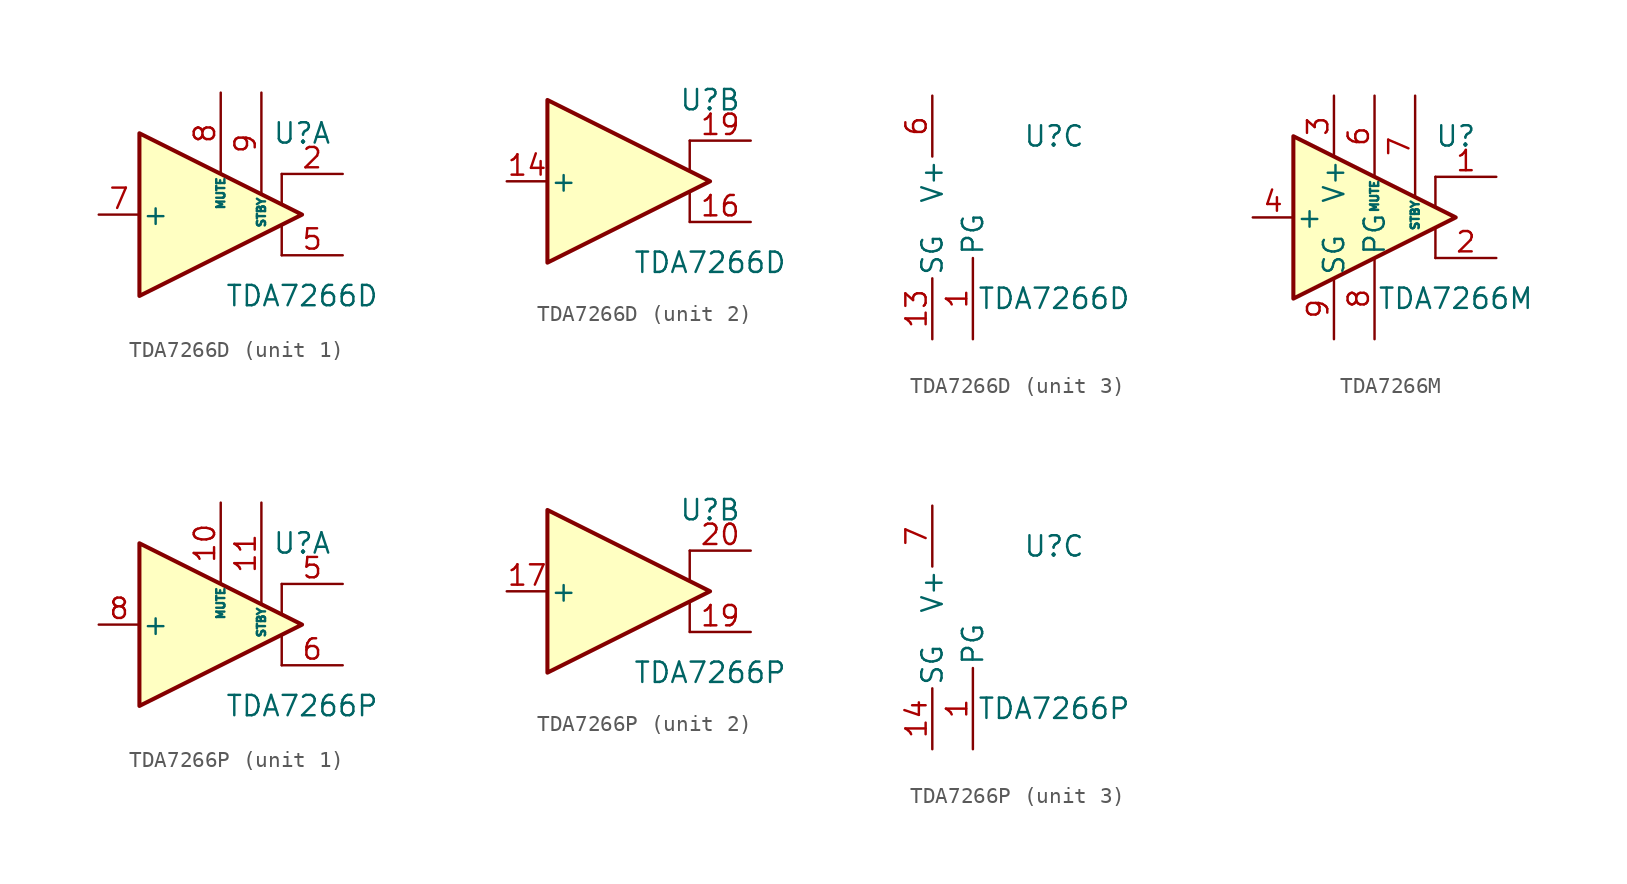
<source format=kicad_sym>
(kicad_symbol_lib
  (version 20200908)
  (generator kicad_symbol_editor)
  (symbol "Amplifier_Audio:TDA7266D"
    (pin_names
      (offset 0.127))
    (property "Reference" "U"
      (at 5.08 5.08 0)
      (effects (font (size 1.27 1.27))))
    (property "Value" "TDA7266D"
      (at 5.08 -5.08 0)
      (effects (font (size 1.27 1.27))))
    (property "ki_locked" ""
      (at 0 0 0)
      (effects (font (size 1.27 1.27))))
    (symbol "TDA7266D_1_1"
      (polyline (pts (xy 3.81 -0.635) (xy 3.81 -2.54)) (stroke (width 0)) (fill (type none)))
      (polyline (pts (xy 3.81 2.54) (xy 3.81 0.635)) (stroke (width 0)) (fill (type none)))
      (polyline (pts (xy 5.08 0) (xy -5.08 5.08) (xy -5.08 -5.08) (xy 5.08 0)) (stroke (width 0.254)) (fill (type background)))
      (pin unconnected line (at 2.54 2.54 270) (length 2.54) hide (name "NC" (effects (font (size 1.27 1.27)))) (number "12" (effects (font (size 1.27 1.27)))))
      (pin unconnected line (at -2.54 -2.54 90) (length 2.54) hide (name "NC" (effects (font (size 1.27 1.27)))) (number "17" (effects (font (size 1.27 1.27)))))
      (pin unconnected line (at 0 -2.54 90) (length 2.54) hide (name "NC" (effects (font (size 1.27 1.27)))) (number "18" (effects (font (size 1.27 1.27)))))
      (pin output line (at 7.62 2.54 180) (length 3.81) (name "~" (effects (font (size 1.27 1.27)))) (number "2" (effects (font (size 1.27 1.27)))))
      (pin unconnected line (at -2.54 2.54 270) (length 2.54) hide (name "NC" (effects (font (size 1.27 1.27)))) (number "3" (effects (font (size 1.27 1.27)))))
      (pin unconnected line (at 0 2.54 270) (length 2.54) hide (name "NC" (effects (font (size 1.27 1.27)))) (number "4" (effects (font (size 1.27 1.27)))))
      (pin output line (at 7.62 -2.54 180) (length 3.81) (name "~" (effects (font (size 1.27 1.27)))) (number "5" (effects (font (size 1.27 1.27)))))
      (pin input line (at -7.62 0 0) (length 2.54) (name "+" (effects (font (size 1.27 1.27)))) (number "7" (effects (font (size 1.27 1.27)))))
      (pin input line (at 0 7.62 270) (length 5.08) (name "MUTE" (effects (font (size 0.508 0.508)))) (number "8" (effects (font (size 1.27 1.27)))))
      (pin input line (at 2.54 7.62 270) (length 6.35) (name "STBY" (effects (font (size 0.508 0.508)))) (number "9" (effects (font (size 1.27 1.27))))))
    (symbol "TDA7266D_2_1"
      (polyline (pts (xy 3.81 -0.635) (xy 3.81 -2.54)) (stroke (width 0)) (fill (type none)))
      (polyline (pts (xy 3.81 2.54) (xy 3.81 0.635)) (stroke (width 0)) (fill (type none)))
      (polyline (pts (xy 5.08 0) (xy -5.08 5.08) (xy -5.08 -5.08) (xy 5.08 0)) (stroke (width 0.254)) (fill (type background)))
      (pin input line (at -7.62 0 0) (length 2.54) (name "+" (effects (font (size 1.27 1.27)))) (number "14" (effects (font (size 1.27 1.27)))))
      (pin output line (at 7.62 -2.54 180) (length 3.81) (name "~" (effects (font (size 1.27 1.27)))) (number "16" (effects (font (size 1.27 1.27)))))
      (pin output line (at 7.62 2.54 180) (length 3.81) (name "~" (effects (font (size 1.27 1.27)))) (number "19" (effects (font (size 1.27 1.27))))))
    (symbol "TDA7266D_3_1"
      (pin power_in line (at 0 -7.62 90) (length 5.08) (name "PG" (effects (font (size 1.27 1.27)))) (number "1" (effects (font (size 1.27 1.27)))))
      (pin passive line (at 0 -7.62 90) (length 5.08) hide (name "PG" (effects (font (size 1.27 1.27)))) (number "10" (effects (font (size 1.27 1.27)))))
      (pin passive line (at 0 -7.62 90) (length 5.08) hide (name "PG" (effects (font (size 1.27 1.27)))) (number "11" (effects (font (size 1.27 1.27)))))
      (pin power_in line (at -2.54 -7.62 90) (length 3.81) (name "SG" (effects (font (size 1.27 1.27)))) (number "13" (effects (font (size 1.27 1.27)))))
      (pin passive line (at -2.54 7.62 270) (length 3.81) hide (name "V+" (effects (font (size 1.27 1.27)))) (number "15" (effects (font (size 1.27 1.27)))))
      (pin passive line (at 0 -7.62 90) (length 5.08) hide (name "PG" (effects (font (size 1.27 1.27)))) (number "20" (effects (font (size 1.27 1.27)))))
      (pin power_in line (at -2.54 7.62 270) (length 3.81) (name "V+" (effects (font (size 1.27 1.27)))) (number "6" (effects (font (size 1.27 1.27)))))))
  (symbol "Amplifier_Audio:TDA7266M"
    (pin_names
      (offset 0.127))
    (property "Reference" "U"
      (at 5.08 5.08 0)
      (effects (font (size 1.27 1.27))))
    (property "Value" "TDA7266M"
      (at 5.08 -5.08 0)
      (effects (font (size 1.27 1.27))))
    (symbol "TDA7266M_0_1"
      (polyline (pts (xy 3.81 -0.635) (xy 3.81 -2.54)) (stroke (width 0)) (fill (type none)))
      (polyline (pts (xy 3.81 2.54) (xy 3.81 0.635)) (stroke (width 0)) (fill (type none)))
      (polyline (pts (xy 5.08 0) (xy -5.08 5.08) (xy -5.08 -5.08) (xy 5.08 0)) (stroke (width 0.254)) (fill (type background))))
    (symbol "TDA7266M_1_1"
      (pin output line (at 7.62 2.54 180) (length 3.81) (name "~" (effects (font (size 1.27 1.27)))) (number "1" (effects (font (size 1.27 1.27)))))
      (pin unconnected line (at 0 2.54 270) (length 2.54) hide (name "NC" (effects (font (size 1.27 1.27)))) (number "10" (effects (font (size 1.27 1.27)))))
      (pin unconnected line (at 2.54 2.54 270) (length 2.54) hide (name "NC" (effects (font (size 1.27 1.27)))) (number "11" (effects (font (size 1.27 1.27)))))
      (pin unconnected line (at -2.54 -2.54 90) (length 2.54) hide (name "NC" (effects (font (size 1.27 1.27)))) (number "12" (effects (font (size 1.27 1.27)))))
      (pin passive line (at -2.54 7.62 270) (length 3.81) hide (name "V+" (effects (font (size 1.27 1.27)))) (number "13" (effects (font (size 1.27 1.27)))))
      (pin unconnected line (at 0 -2.54 90) (length 2.54) hide (name "NC" (effects (font (size 1.27 1.27)))) (number "14" (effects (font (size 1.27 1.27)))))
      (pin unconnected line (at 2.54 -2.54 90) (length 2.54) hide (name "NC" (effects (font (size 1.27 1.27)))) (number "15" (effects (font (size 1.27 1.27)))))
      (pin output line (at 7.62 -2.54 180) (length 3.81) (name "~" (effects (font (size 1.27 1.27)))) (number "2" (effects (font (size 1.27 1.27)))))
      (pin power_in line (at -2.54 7.62 270) (length 3.81) (name "V+" (effects (font (size 1.27 1.27)))) (number "3" (effects (font (size 1.27 1.27)))))
      (pin input line (at -7.62 0 0) (length 2.54) (name "+" (effects (font (size 1.27 1.27)))) (number "4" (effects (font (size 1.27 1.27)))))
      (pin unconnected line (at -2.54 2.54 270) (length 2.54) hide (name "NC" (effects (font (size 1.27 1.27)))) (number "5" (effects (font (size 1.27 1.27)))))
      (pin input line (at 0 7.62 270) (length 5.08) (name "MUTE" (effects (font (size 0.508 0.508)))) (number "6" (effects (font (size 1.27 1.27)))))
      (pin input line (at 2.54 7.62 270) (length 6.35) (name "STBY" (effects (font (size 0.508 0.508)))) (number "7" (effects (font (size 1.27 1.27)))))
      (pin power_in line (at 0 -7.62 90) (length 5.08) (name "PG" (effects (font (size 1.27 1.27)))) (number "8" (effects (font (size 1.27 1.27)))))
      (pin power_in line (at -2.54 -7.62 90) (length 3.81) (name "SG" (effects (font (size 1.27 1.27)))) (number "9" (effects (font (size 1.27 1.27)))))))
  (symbol "Amplifier_Audio:TDA7266P"
    (pin_names
      (offset 0.127))
    (property "Reference" "U"
      (at 5.08 5.08 0)
      (effects (font (size 1.27 1.27))))
    (property "Value" "TDA7266P"
      (at 5.08 -5.08 0)
      (effects (font (size 1.27 1.27))))
    (property "ki_locked" ""
      (at 0 0 0)
      (effects (font (size 1.27 1.27))))
    (symbol "TDA7266P_1_1"
      (polyline (pts (xy 3.81 -0.635) (xy 3.81 -2.54)) (stroke (width 0)) (fill (type none)))
      (polyline (pts (xy 3.81 2.54) (xy 3.81 0.635)) (stroke (width 0)) (fill (type none)))
      (polyline (pts (xy 5.08 0) (xy -5.08 5.08) (xy -5.08 -5.08) (xy 5.08 0)) (stroke (width 0.254)) (fill (type background)))
      (pin input line (at 0 7.62 270) (length 5.08) (name "MUTE" (effects (font (size 0.508 0.508)))) (number "10" (effects (font (size 1.27 1.27)))))
      (pin input line (at 2.54 7.62 270) (length 6.35) (name "STBY" (effects (font (size 0.508 0.508)))) (number "11" (effects (font (size 1.27 1.27)))))
      (pin unconnected line (at -2.54 0 270) (length 2.54) hide (name "NC" (effects (font (size 1.27 1.27)))) (number "12" (effects (font (size 1.27 1.27)))))
      (pin unconnected line (at 0 0 270) (length 2.54) hide (name "NC" (effects (font (size 1.27 1.27)))) (number "13" (effects (font (size 1.27 1.27)))))
      (pin unconnected line (at 2.54 0 270) (length 2.54) hide (name "NC" (effects (font (size 1.27 1.27)))) (number "15" (effects (font (size 1.27 1.27)))))
      (pin unconnected line (at -5.08 -2.54 90) (length 2.54) hide (name "NC" (effects (font (size 1.27 1.27)))) (number "16" (effects (font (size 1.27 1.27)))))
      (pin unconnected line (at -5.08 2.54 270) (length 2.54) hide (name "NC" (effects (font (size 1.27 1.27)))) (number "2" (effects (font (size 1.27 1.27)))))
      (pin unconnected line (at -2.54 -2.54 90) (length 2.54) hide (name "NC" (effects (font (size 1.27 1.27)))) (number "21" (effects (font (size 1.27 1.27)))))
      (pin unconnected line (at 0 -2.54 90) (length 2.54) hide (name "NC" (effects (font (size 1.27 1.27)))) (number "22" (effects (font (size 1.27 1.27)))))
      (pin unconnected line (at 2.54 -2.54 90) (length 2.54) hide (name "NC" (effects (font (size 1.27 1.27)))) (number "23" (effects (font (size 1.27 1.27)))))
      (pin unconnected line (at -2.54 2.54 270) (length 2.54) hide (name "NC" (effects (font (size 1.27 1.27)))) (number "3" (effects (font (size 1.27 1.27)))))
      (pin unconnected line (at 0 2.54 270) (length 2.54) hide (name "NC" (effects (font (size 1.27 1.27)))) (number "4" (effects (font (size 1.27 1.27)))))
      (pin output line (at 7.62 2.54 180) (length 3.81) (name "~" (effects (font (size 1.27 1.27)))) (number "5" (effects (font (size 1.27 1.27)))))
      (pin output line (at 7.62 -2.54 180) (length 3.81) (name "~" (effects (font (size 1.27 1.27)))) (number "6" (effects (font (size 1.27 1.27)))))
      (pin input line (at -7.62 0 0) (length 2.54) (name "+" (effects (font (size 1.27 1.27)))) (number "8" (effects (font (size 1.27 1.27)))))
      (pin unconnected line (at 2.54 2.54 270) (length 2.54) hide (name "NC" (effects (font (size 1.27 1.27)))) (number "9" (effects (font (size 1.27 1.27))))))
    (symbol "TDA7266P_2_1"
      (polyline (pts (xy 3.81 -0.635) (xy 3.81 -2.54)) (stroke (width 0)) (fill (type none)))
      (polyline (pts (xy 3.81 2.54) (xy 3.81 0.635)) (stroke (width 0)) (fill (type none)))
      (polyline (pts (xy 5.08 0) (xy -5.08 5.08) (xy -5.08 -5.08) (xy 5.08 0)) (stroke (width 0.254)) (fill (type background)))
      (pin input line (at -7.62 0 0) (length 2.54) (name "+" (effects (font (size 1.27 1.27)))) (number "17" (effects (font (size 1.27 1.27)))))
      (pin output line (at 7.62 -2.54 180) (length 3.81) (name "~" (effects (font (size 1.27 1.27)))) (number "19" (effects (font (size 1.27 1.27)))))
      (pin output line (at 7.62 2.54 180) (length 3.81) (name "~" (effects (font (size 1.27 1.27)))) (number "20" (effects (font (size 1.27 1.27))))))
    (symbol "TDA7266P_3_1"
      (pin power_in line (at 0 -7.62 90) (length 5.08) (name "PG" (effects (font (size 1.27 1.27)))) (number "1" (effects (font (size 1.27 1.27)))))
      (pin power_in line (at -2.54 -7.62 90) (length 3.81) (name "SG" (effects (font (size 1.27 1.27)))) (number "14" (effects (font (size 1.27 1.27)))))
      (pin passive line (at -2.54 7.62 270) (length 3.81) hide (name "V+" (effects (font (size 1.27 1.27)))) (number "18" (effects (font (size 1.27 1.27)))))
      (pin passive line (at 0 -7.62 90) (length 5.08) hide (name "PG" (effects (font (size 1.27 1.27)))) (number "24" (effects (font (size 1.27 1.27)))))
      (pin power_in line (at -2.54 7.62 270) (length 3.81) (name "V+" (effects (font (size 1.27 1.27)))) (number "7" (effects (font (size 1.27 1.27))))))))
</source>
